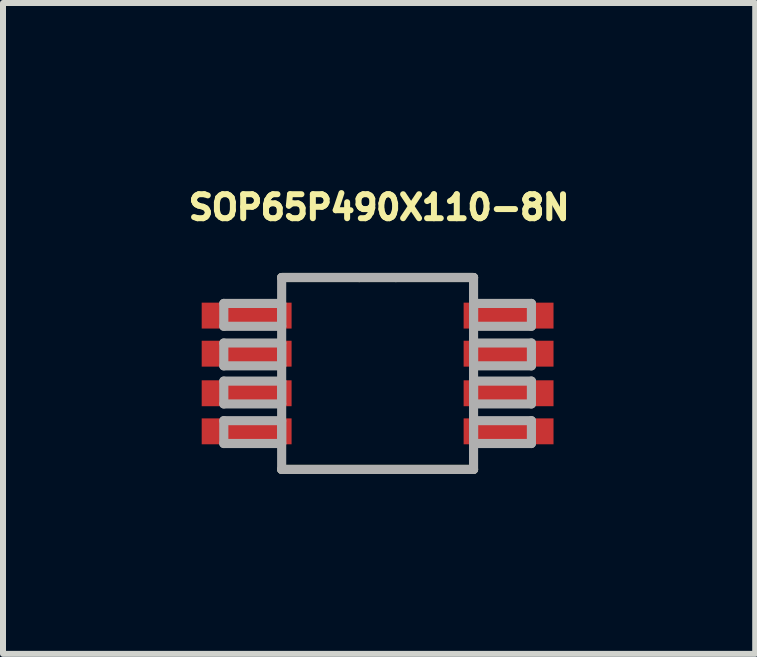
<source format=kicad_pcb>
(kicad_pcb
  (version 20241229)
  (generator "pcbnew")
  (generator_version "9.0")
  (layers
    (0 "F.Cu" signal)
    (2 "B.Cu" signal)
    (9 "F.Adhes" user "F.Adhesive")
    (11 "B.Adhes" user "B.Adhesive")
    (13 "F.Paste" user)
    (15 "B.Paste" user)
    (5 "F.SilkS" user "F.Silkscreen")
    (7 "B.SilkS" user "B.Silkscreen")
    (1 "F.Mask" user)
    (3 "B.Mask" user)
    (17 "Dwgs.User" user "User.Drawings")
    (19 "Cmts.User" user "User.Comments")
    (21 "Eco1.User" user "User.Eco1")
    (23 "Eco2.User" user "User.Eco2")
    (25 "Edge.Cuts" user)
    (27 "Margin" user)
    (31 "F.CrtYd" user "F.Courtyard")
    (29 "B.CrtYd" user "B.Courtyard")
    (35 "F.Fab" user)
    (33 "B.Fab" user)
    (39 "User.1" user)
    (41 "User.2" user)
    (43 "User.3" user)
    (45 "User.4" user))
  (footprint "SOP65P490X110-8N"
    (layer "F.Cu")
    (at 3.247 3.178)
    (property "Reference" "SOP65P490X110-8N" (at 0.025 -2.769 0) (layer "F.SilkS") (effects (font (size 0.4 0.4) (thickness 0.1))))
    (attr smd)
    (fp_line (start -1.6 1.6) (end 1.6 1.6) (stroke (width 0.152) (type solid)) (layer "F.SilkS"))
    (fp_line (start -0.305 -1.6) (end -1.6 -1.6) (stroke (width 0.152) (type solid)) (layer "F.SilkS"))
    (fp_line (start 0.305 -1.6) (end -0.305 -1.6) (stroke (width 0.152) (type solid)) (layer "F.SilkS"))
    (fp_line (start 1.6 -1.6) (end 0.305 -1.6) (stroke (width 0.152) (type solid)) (layer "F.SilkS"))
    (fp_line (start -2.565 -1.168) (end -2.565 -0.787) (stroke (width 0.152) (type solid)) (layer "F.Fab"))
    (fp_line (start -2.565 -0.787) (end -1.6 -0.787) (stroke (width 0.152) (type solid)) (layer "F.Fab"))
    (fp_line (start -2.565 -0.508) (end -2.565 -0.127) (stroke (width 0.152) (type solid)) (layer "F.Fab"))
    (fp_line (start -2.565 -0.127) (end -1.6 -0.127) (stroke (width 0.152) (type solid)) (layer "F.Fab"))
    (fp_line (start -2.565 0.127) (end -2.565 0.508) (stroke (width 0.152) (type solid)) (layer "F.Fab"))
    (fp_line (start -2.565 0.508) (end -1.6 0.508) (stroke (width 0.152) (type solid)) (layer "F.Fab"))
    (fp_line (start -2.565 0.787) (end -2.565 1.168) (stroke (width 0.152) (type solid)) (layer "F.Fab"))
    (fp_line (start -2.565 1.168) (end -1.6 1.168) (stroke (width 0.152) (type solid)) (layer "F.Fab"))
    (fp_line (start -1.6 -1.6) (end -1.6 1.6) (stroke (width 0.152) (type solid)) (layer "F.Fab"))
    (fp_line (start -1.6 -1.168) (end -2.565 -1.168) (stroke (width 0.152) (type solid)) (layer "F.Fab"))
    (fp_line (start -1.6 -0.787) (end -1.6 -1.168) (stroke (width 0.152) (type solid)) (layer "F.Fab"))
    (fp_line (start -1.6 -0.508) (end -2.565 -0.508) (stroke (width 0.152) (type solid)) (layer "F.Fab"))
    (fp_line (start -1.6 -0.127) (end -1.6 -0.508) (stroke (width 0.152) (type solid)) (layer "F.Fab"))
    (fp_line (start -1.6 0.127) (end -2.565 0.127) (stroke (width 0.152) (type solid)) (layer "F.Fab"))
    (fp_line (start -1.6 0.508) (end -1.6 0.127) (stroke (width 0.152) (type solid)) (layer "F.Fab"))
    (fp_line (start -1.6 0.787) (end -2.565 0.787) (stroke (width 0.152) (type solid)) (layer "F.Fab"))
    (fp_line (start -1.6 1.168) (end -1.6 0.787) (stroke (width 0.152) (type solid)) (layer "F.Fab"))
    (fp_line (start -1.6 1.6) (end 1.6 1.6) (stroke (width 0.152) (type solid)) (layer "F.Fab"))
    (fp_line (start -0.305 -1.6) (end -1.6 -1.6) (stroke (width 0.152) (type solid)) (layer "F.Fab"))
    (fp_line (start 0.305 -1.6) (end -0.305 -1.6) (stroke (width 0.152) (type solid)) (layer "F.Fab"))
    (fp_line (start 1.6 -1.6) (end 0.305 -1.6) (stroke (width 0.152) (type solid)) (layer "F.Fab"))
    (fp_line (start 1.6 -1.168) (end 1.6 -0.787) (stroke (width 0.152) (type solid)) (layer "F.Fab"))
    (fp_line (start 1.6 -0.787) (end 2.565 -0.787) (stroke (width 0.152) (type solid)) (layer "F.Fab"))
    (fp_line (start 1.6 -0.508) (end 1.6 -0.127) (stroke (width 0.152) (type solid)) (layer "F.Fab"))
    (fp_line (start 1.6 -0.127) (end 2.565 -0.127) (stroke (width 0.152) (type solid)) (layer "F.Fab"))
    (fp_line (start 1.6 0.127) (end 1.6 0.508) (stroke (width 0.152) (type solid)) (layer "F.Fab"))
    (fp_line (start 1.6 0.508) (end 2.565 0.508) (stroke (width 0.152) (type solid)) (layer "F.Fab"))
    (fp_line (start 1.6 0.787) (end 1.6 1.168) (stroke (width 0.152) (type solid)) (layer "F.Fab"))
    (fp_line (start 1.6 1.168) (end 2.565 1.168) (stroke (width 0.152) (type solid)) (layer "F.Fab"))
    (fp_line (start 1.6 1.6) (end 1.6 -1.6) (stroke (width 0.152) (type solid)) (layer "F.Fab"))
    (fp_line (start 2.565 -1.168) (end 1.6 -1.168) (stroke (width 0.152) (type solid)) (layer "F.Fab"))
    (fp_line (start 2.565 -0.787) (end 2.565 -1.168) (stroke (width 0.152) (type solid)) (layer "F.Fab"))
    (fp_line (start 2.565 -0.508) (end 1.6 -0.508) (stroke (width 0.152) (type solid)) (layer "F.Fab"))
    (fp_line (start 2.565 -0.127) (end 2.565 -0.508) (stroke (width 0.152) (type solid)) (layer "F.Fab"))
    (fp_line (start 2.565 0.127) (end 1.6 0.127) (stroke (width 0.152) (type solid)) (layer "F.Fab"))
    (fp_line (start 2.565 0.508) (end 2.565 0.127) (stroke (width 0.152) (type solid)) (layer "F.Fab"))
    (fp_line (start 2.565 0.787) (end 1.6 0.787) (stroke (width 0.152) (type solid)) (layer "F.Fab"))
    (fp_line (start 2.565 1.168) (end 2.565 0.787) (stroke (width 0.152) (type solid)) (layer "F.Fab"))
    (pad "1" smd rect (at -2.184 -0.965 90) (size 0.432 1.499) (layers "F.Cu" "F.Mask" "F.Paste"))
    (pad "2" smd rect (at -2.184 -0.33 90) (size 0.432 1.499) (layers "F.Cu" "F.Mask" "F.Paste"))
    (pad "3" smd rect (at -2.184 0.33 90) (size 0.432 1.499) (layers "F.Cu" "F.Mask" "F.Paste"))
    (pad "4" smd rect (at -2.184 0.965 90) (size 0.432 1.499) (layers "F.Cu" "F.Mask" "F.Paste"))
    (pad "5" smd rect (at 2.184 0.965 90) (size 0.432 1.499) (layers "F.Cu" "F.Mask" "F.Paste"))
    (pad "6" smd rect (at 2.184 0.33 90) (size 0.432 1.499) (layers "F.Cu" "F.Mask" "F.Paste"))
    (pad "7" smd rect (at 2.184 -0.33 90) (size 0.432 1.499) (layers "F.Cu" "F.Mask" "F.Paste"))
    (pad "8" smd rect (at 2.184 -0.965 90) (size 0.432 1.499) (layers "F.Cu" "F.Mask" "F.Paste")))
  (gr_rect
    (start -3 -3)
    (end 9.544 7.854)
    (stroke (width 0.1) (type default))
    (fill no)
    (layer "Edge.Cuts")))
</source>
